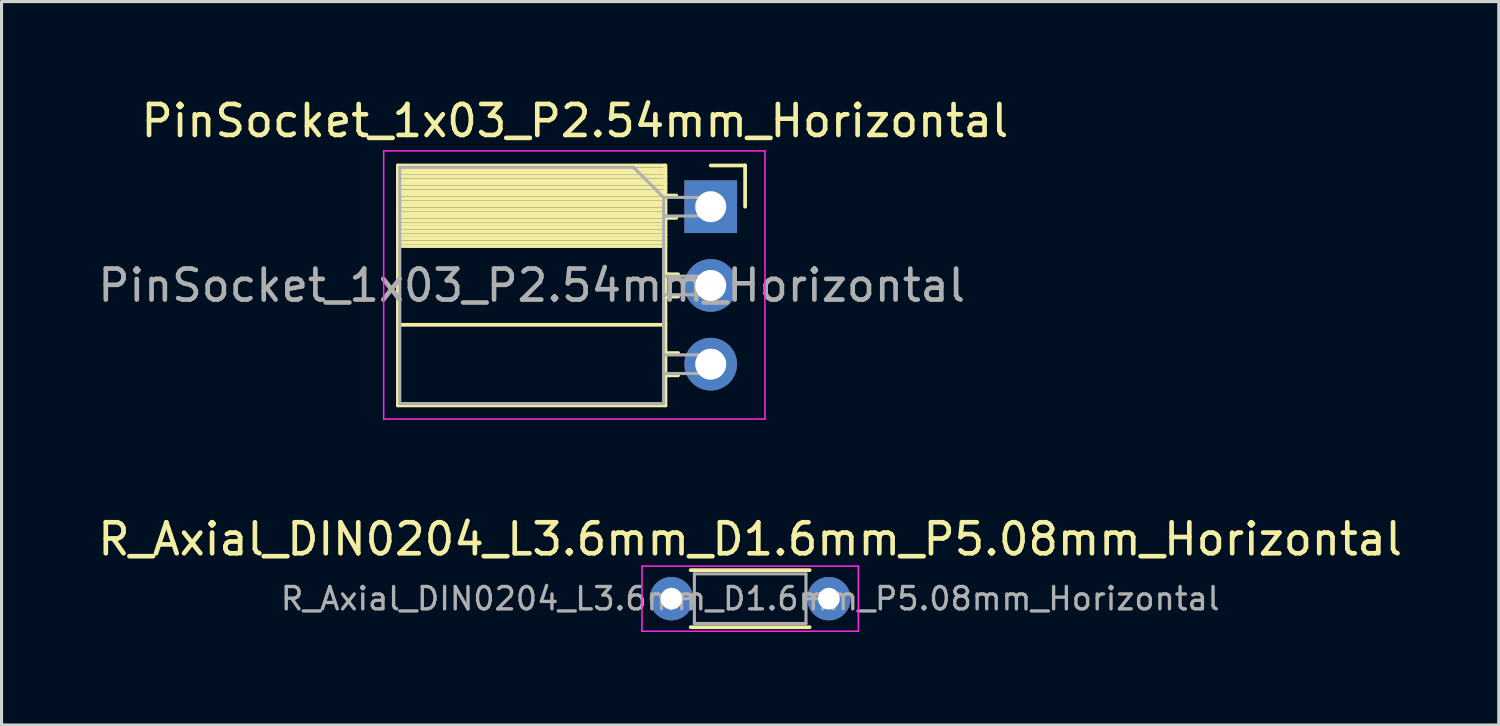
<source format=kicad_pcb>
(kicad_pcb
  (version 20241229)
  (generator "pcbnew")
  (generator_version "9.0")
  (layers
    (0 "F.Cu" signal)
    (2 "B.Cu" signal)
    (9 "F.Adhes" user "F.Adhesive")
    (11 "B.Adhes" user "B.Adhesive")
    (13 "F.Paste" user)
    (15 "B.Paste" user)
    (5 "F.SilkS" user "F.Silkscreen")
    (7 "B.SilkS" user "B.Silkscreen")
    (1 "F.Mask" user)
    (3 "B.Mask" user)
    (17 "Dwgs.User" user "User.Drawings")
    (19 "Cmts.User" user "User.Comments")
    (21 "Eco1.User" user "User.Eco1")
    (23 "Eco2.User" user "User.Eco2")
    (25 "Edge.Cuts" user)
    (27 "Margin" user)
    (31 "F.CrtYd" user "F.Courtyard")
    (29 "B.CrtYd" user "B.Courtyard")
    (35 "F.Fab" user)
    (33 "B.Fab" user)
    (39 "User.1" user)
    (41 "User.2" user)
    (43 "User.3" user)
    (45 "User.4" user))
  (footprint "PinSocket_1x03_P2.54mm_Horizontal"
    (layer "F.Cu")
    (at 19.876 3.618)
    (property "Reference" "PinSocket_1x03_P2.54mm_Horizontal" (at -4.38 -2.77 0) (layer "F.SilkS") (effects (font (size 1 1) (thickness 0.15))))
    (attr through_hole)
    (fp_line (start -10.09 -1.33) (end -10.09 6.41) (stroke (width 0.12) (type solid)) (layer "F.SilkS"))
    (fp_line (start -10.09 -1.33) (end -1.46 -1.33) (stroke (width 0.12) (type solid)) (layer "F.SilkS"))
    (fp_line (start -10.09 -1.21) (end -1.46 -1.21) (stroke (width 0.12) (type solid)) (layer "F.SilkS"))
    (fp_line (start -10.09 -1.092) (end -1.46 -1.092) (stroke (width 0.12) (type solid)) (layer "F.SilkS"))
    (fp_line (start -10.09 -0.974) (end -1.46 -0.974) (stroke (width 0.12) (type solid)) (layer "F.SilkS"))
    (fp_line (start -10.09 -0.856) (end -1.46 -0.856) (stroke (width 0.12) (type solid)) (layer "F.SilkS"))
    (fp_line (start -10.09 -0.738) (end -1.46 -0.738) (stroke (width 0.12) (type solid)) (layer "F.SilkS"))
    (fp_line (start -10.09 -0.62) (end -1.46 -0.62) (stroke (width 0.12) (type solid)) (layer "F.SilkS"))
    (fp_line (start -10.09 -0.501) (end -1.46 -0.501) (stroke (width 0.12) (type solid)) (layer "F.SilkS"))
    (fp_line (start -10.09 -0.383) (end -1.46 -0.383) (stroke (width 0.12) (type solid)) (layer "F.SilkS"))
    (fp_line (start -10.09 -0.265) (end -1.46 -0.265) (stroke (width 0.12) (type solid)) (layer "F.SilkS"))
    (fp_line (start -10.09 -0.147) (end -1.46 -0.147) (stroke (width 0.12) (type solid)) (layer "F.SilkS"))
    (fp_line (start -10.09 -0.029) (end -1.46 -0.029) (stroke (width 0.12) (type solid)) (layer "F.SilkS"))
    (fp_line (start -10.09 0.089) (end -1.46 0.089) (stroke (width 0.12) (type solid)) (layer "F.SilkS"))
    (fp_line (start -10.09 0.207) (end -1.46 0.207) (stroke (width 0.12) (type solid)) (layer "F.SilkS"))
    (fp_line (start -10.09 0.325) (end -1.46 0.325) (stroke (width 0.12) (type solid)) (layer "F.SilkS"))
    (fp_line (start -10.09 0.443) (end -1.46 0.443) (stroke (width 0.12) (type solid)) (layer "F.SilkS"))
    (fp_line (start -10.09 0.561) (end -1.46 0.561) (stroke (width 0.12) (type solid)) (layer "F.SilkS"))
    (fp_line (start -10.09 0.68) (end -1.46 0.68) (stroke (width 0.12) (type solid)) (layer "F.SilkS"))
    (fp_line (start -10.09 0.798) (end -1.46 0.798) (stroke (width 0.12) (type solid)) (layer "F.SilkS"))
    (fp_line (start -10.09 0.916) (end -1.46 0.916) (stroke (width 0.12) (type solid)) (layer "F.SilkS"))
    (fp_line (start -10.09 1.034) (end -1.46 1.034) (stroke (width 0.12) (type solid)) (layer "F.SilkS"))
    (fp_line (start -10.09 1.152) (end -1.46 1.152) (stroke (width 0.12) (type solid)) (layer "F.SilkS"))
    (fp_line (start -10.09 1.27) (end -1.46 1.27) (stroke (width 0.12) (type solid)) (layer "F.SilkS"))
    (fp_line (start -10.09 3.81) (end -1.46 3.81) (stroke (width 0.12) (type solid)) (layer "F.SilkS"))
    (fp_line (start -10.09 6.41) (end -1.46 6.41) (stroke (width 0.12) (type solid)) (layer "F.SilkS"))
    (fp_line (start -1.46 -1.33) (end -1.46 6.41) (stroke (width 0.12) (type solid)) (layer "F.SilkS"))
    (fp_line (start -1.46 -0.36) (end -1.11 -0.36) (stroke (width 0.12) (type solid)) (layer "F.SilkS"))
    (fp_line (start -1.46 0.36) (end -1.11 0.36) (stroke (width 0.12) (type solid)) (layer "F.SilkS"))
    (fp_line (start -1.46 2.18) (end -1.05 2.18) (stroke (width 0.12) (type solid)) (layer "F.SilkS"))
    (fp_line (start -1.46 2.9) (end -1.05 2.9) (stroke (width 0.12) (type solid)) (layer "F.SilkS"))
    (fp_line (start -1.46 4.72) (end -1.05 4.72) (stroke (width 0.12) (type solid)) (layer "F.SilkS"))
    (fp_line (start -1.46 5.44) (end -1.05 5.44) (stroke (width 0.12) (type solid)) (layer "F.SilkS"))
    (fp_line (start 0 -1.33) (end 1.11 -1.33) (stroke (width 0.12) (type solid)) (layer "F.SilkS"))
    (fp_line (start 1.11 -1.33) (end 1.11 0) (stroke (width 0.12) (type solid)) (layer "F.SilkS"))
    (fp_line (start -10.55 -1.8) (end -10.55 6.85) (stroke (width 0.05) (type solid)) (layer "F.CrtYd"))
    (fp_line (start -10.55 6.85) (end 1.75 6.85) (stroke (width 0.05) (type solid)) (layer "F.CrtYd"))
    (fp_line (start 1.75 -1.8) (end -10.55 -1.8) (stroke (width 0.05) (type solid)) (layer "F.CrtYd"))
    (fp_line (start 1.75 6.85) (end 1.75 -1.8) (stroke (width 0.05) (type solid)) (layer "F.CrtYd"))
    (fp_line (start -10.03 -1.27) (end -2.49 -1.27) (stroke (width 0.1) (type solid)) (layer "F.Fab"))
    (fp_line (start -10.03 6.35) (end -10.03 -1.27) (stroke (width 0.1) (type solid)) (layer "F.Fab"))
    (fp_line (start -2.49 -1.27) (end -1.52 -0.3) (stroke (width 0.1) (type solid)) (layer "F.Fab"))
    (fp_line (start -1.52 -0.3) (end -1.52 6.35) (stroke (width 0.1) (type solid)) (layer "F.Fab"))
    (fp_line (start -1.52 0.3) (end 0 0.3) (stroke (width 0.1) (type solid)) (layer "F.Fab"))
    (fp_line (start -1.52 2.84) (end 0 2.84) (stroke (width 0.1) (type solid)) (layer "F.Fab"))
    (fp_line (start -1.52 5.38) (end 0 5.38) (stroke (width 0.1) (type solid)) (layer "F.Fab"))
    (fp_line (start -1.52 6.35) (end -10.03 6.35) (stroke (width 0.1) (type solid)) (layer "F.Fab"))
    (fp_line (start 0 -0.3) (end -1.52 -0.3) (stroke (width 0.1) (type solid)) (layer "F.Fab"))
    (fp_line (start 0 0.3) (end 0 -0.3) (stroke (width 0.1) (type solid)) (layer "F.Fab"))
    (fp_line (start 0 2.24) (end -1.52 2.24) (stroke (width 0.1) (type solid)) (layer "F.Fab"))
    (fp_line (start 0 2.84) (end 0 2.24) (stroke (width 0.1) (type solid)) (layer "F.Fab"))
    (fp_line (start 0 4.78) (end -1.52 4.78) (stroke (width 0.1) (type solid)) (layer "F.Fab"))
    (fp_line (start 0 5.38) (end 0 4.78) (stroke (width 0.1) (type solid)) (layer "F.Fab"))
    (fp_text user "${REFERENCE}" (at -5.775 2.54 0) (layer "F.Fab") (effects (font (size 1 1) (thickness 0.15))))
    (pad "1" thru_hole rect (at 0 0) (size 1.7 1.7) (drill 1) (layers "*.Cu" "*.Mask"))
    (pad "2" thru_hole oval (at 0 2.54) (size 1.7 1.7) (drill 1) (layers "*.Cu" "*.Mask"))
    (pad "3" thru_hole oval (at 0 5.08) (size 1.7 1.7) (drill 1) (layers "*.Cu" "*.Mask")))
  (footprint "R_Axial_DIN0204_L3.6mm_D1.6mm_P5.08mm_Horizontal"
    (layer "F.Cu")
    (at 18.609 16.262)
    (property "Reference" "R_Axial_DIN0204_L3.6mm_D1.6mm_P5.08mm_Horizontal" (at 2.54 -1.92 0) (layer "F.SilkS") (effects (font (size 1 1) (thickness 0.15))))
    (attr through_hole)
    (fp_line (start 0.62 -0.92) (end 4.46 -0.92) (stroke (width 0.12) (type solid)) (layer "F.SilkS"))
    (fp_line (start 0.62 0.92) (end 4.46 0.92) (stroke (width 0.12) (type solid)) (layer "F.SilkS"))
    (fp_line (start -0.95 -1.05) (end -0.95 1.05) (stroke (width 0.05) (type solid)) (layer "F.CrtYd"))
    (fp_line (start -0.95 1.05) (end 6.03 1.05) (stroke (width 0.05) (type solid)) (layer "F.CrtYd"))
    (fp_line (start 6.03 -1.05) (end -0.95 -1.05) (stroke (width 0.05) (type solid)) (layer "F.CrtYd"))
    (fp_line (start 6.03 1.05) (end 6.03 -1.05) (stroke (width 0.05) (type solid)) (layer "F.CrtYd"))
    (fp_line (start 0 0) (end 0.74 0) (stroke (width 0.1) (type solid)) (layer "F.Fab"))
    (fp_line (start 0.74 -0.8) (end 0.74 0.8) (stroke (width 0.1) (type solid)) (layer "F.Fab"))
    (fp_line (start 0.74 0.8) (end 4.34 0.8) (stroke (width 0.1) (type solid)) (layer "F.Fab"))
    (fp_line (start 4.34 -0.8) (end 0.74 -0.8) (stroke (width 0.1) (type solid)) (layer "F.Fab"))
    (fp_line (start 4.34 0.8) (end 4.34 -0.8) (stroke (width 0.1) (type solid)) (layer "F.Fab"))
    (fp_line (start 5.08 0) (end 4.34 0) (stroke (width 0.1) (type solid)) (layer "F.Fab"))
    (fp_text user "${REFERENCE}" (at 2.54 0 0) (layer "F.Fab") (effects (font (size 0.72 0.72) (thickness 0.108))))
    (pad "1" thru_hole circle (at 0 0) (size 1.4 1.4) (drill 0.7) (layers "*.Cu" "*.Mask"))
    (pad "2" thru_hole oval (at 5.08 0) (size 1.4 1.4) (drill 0.7) (layers "*.Cu" "*.Mask")))
  (gr_rect
    (start -3 -3)
    (end 45.298 20.337)
    (stroke (width 0.1) (type default))
    (fill no)
    (layer "Edge.Cuts")))
</source>
